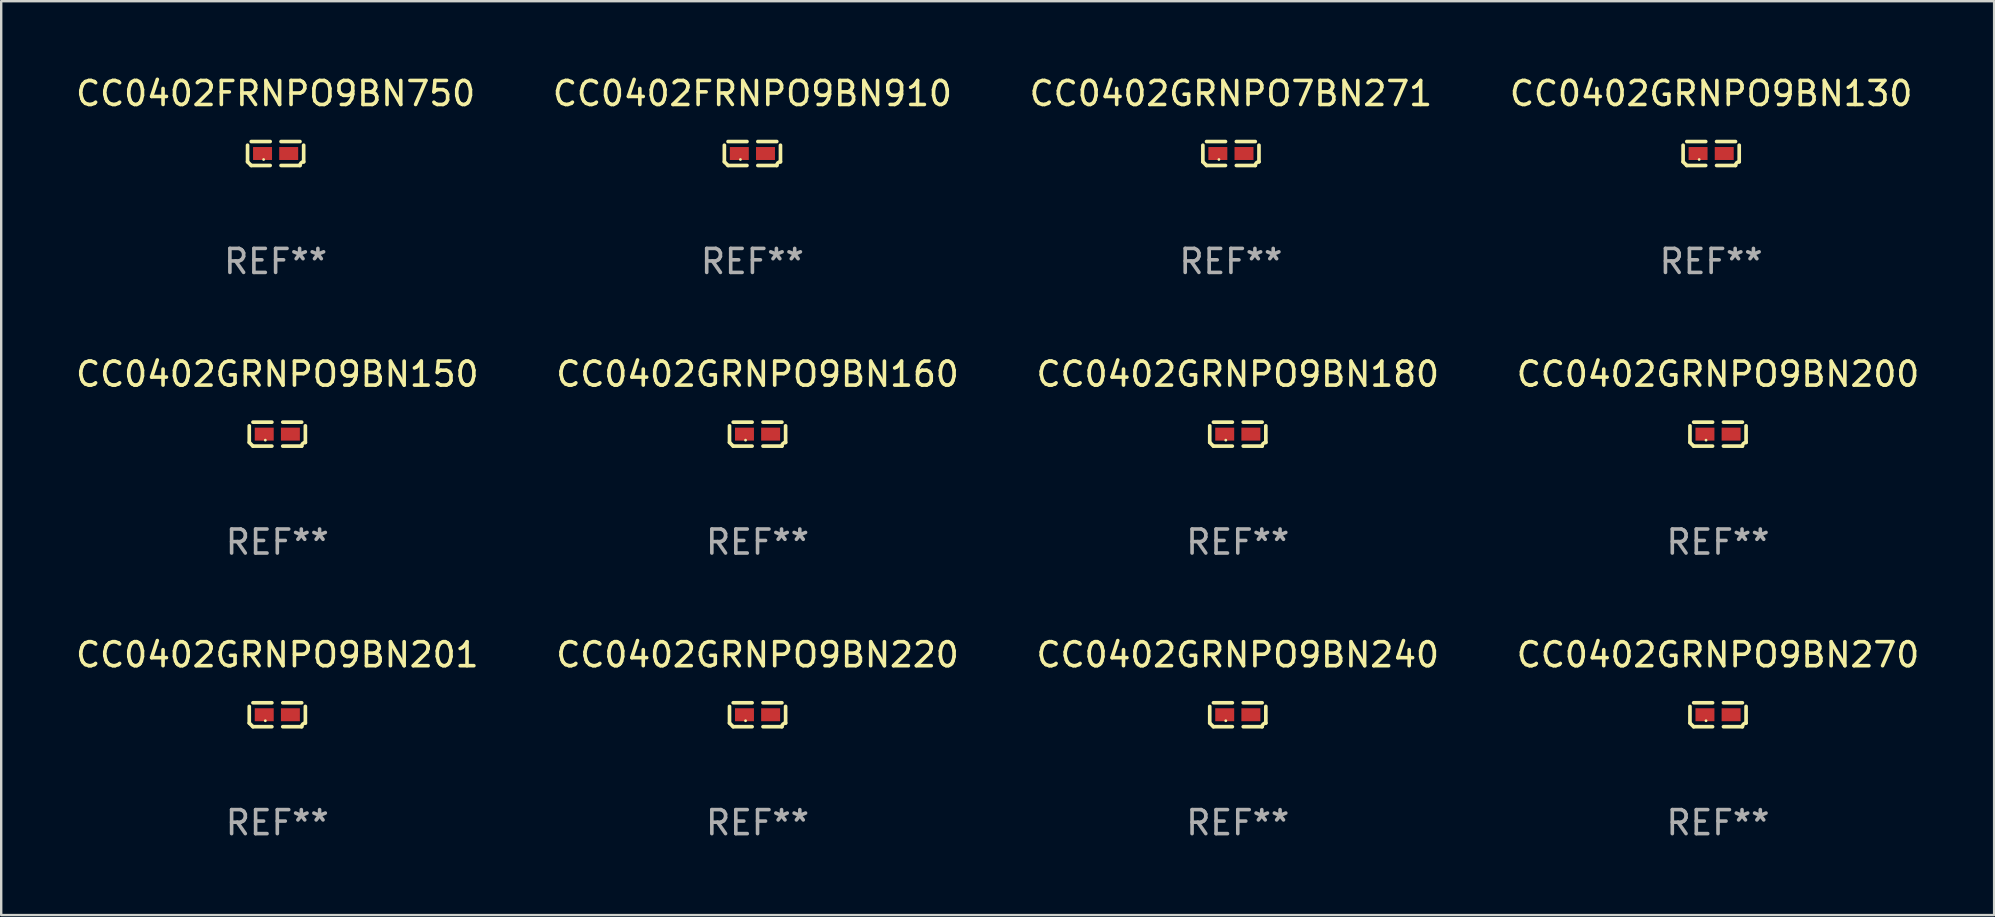
<source format=kicad_pcb>
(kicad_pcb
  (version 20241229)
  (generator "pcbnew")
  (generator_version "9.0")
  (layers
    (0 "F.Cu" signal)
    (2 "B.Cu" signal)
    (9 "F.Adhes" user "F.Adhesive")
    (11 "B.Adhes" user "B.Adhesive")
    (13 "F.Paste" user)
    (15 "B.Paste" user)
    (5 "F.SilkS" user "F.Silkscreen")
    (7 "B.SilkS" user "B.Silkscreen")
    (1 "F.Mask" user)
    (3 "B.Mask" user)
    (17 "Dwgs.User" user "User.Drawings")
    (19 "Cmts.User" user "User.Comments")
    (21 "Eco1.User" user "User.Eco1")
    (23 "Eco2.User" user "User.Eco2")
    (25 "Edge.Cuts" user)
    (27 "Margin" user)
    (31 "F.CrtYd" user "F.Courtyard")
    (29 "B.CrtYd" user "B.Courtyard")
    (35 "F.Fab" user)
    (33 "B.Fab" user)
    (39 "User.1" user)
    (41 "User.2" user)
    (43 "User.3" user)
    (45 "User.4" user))
  (footprint "CC0402FRNPO9BN910"
    (layer "F.Cu")
    (at 28.304 3.347)
    (property "Reference" "CC0402FRNPO9BN910" (at 0 -2.499 0) (layer "F.SilkS") (effects (font (size 1 1) (thickness 0.15))))
    (attr through_hole)
    (fp_line (start -1.169 0.346) (end -1.169 -0.346) (stroke (width 0.152) (type solid)) (layer "F.SilkS"))
    (fp_line (start -1.016 -0.499) (end -0.226 -0.499) (stroke (width 0.152) (type solid)) (layer "F.SilkS"))
    (fp_line (start -0.226 0.499) (end -1.016 0.499) (stroke (width 0.152) (type solid)) (layer "F.SilkS"))
    (fp_line (start 0.226 0.499) (end 1.016 0.499) (stroke (width 0.152) (type solid)) (layer "F.SilkS"))
    (fp_line (start 1.016 -0.499) (end 0.226 -0.499) (stroke (width 0.152) (type solid)) (layer "F.SilkS"))
    (fp_line (start 1.169 0.346) (end 1.169 -0.346) (stroke (width 0.152) (type solid)) (layer "F.SilkS"))
    (fp_arc (start -1.016307 0.498603) (mid -1.092512 0.422405) (end -1.16871 0.3462) (stroke (width 0.1524) (type solid)) (layer "F.SilkS"))
    (fp_arc (start 1.016307 0.498603) (mid 1.060899 0.390758) (end 1.168707 0.346076) (stroke (width 0.1524) (type solid)) (layer "F.SilkS"))
    (fp_circle (center -0.5 0.25) (end -0.47 0.25) (stroke (width 0.06) (type solid)) (fill no) (layer "F.SilkS"))
    (fp_text user "REF**" (at 0 4.499 0) (layer "F.Fab") (effects (font (size 1 1) (thickness 0.15))))
    (pad "1" smd rect (at -0.545 0) (size 0.79 0.54) (layers "F.Cu" "F.Mask" "F.Paste"))
    (pad "2" smd rect (at 0.545 0) (size 0.79 0.54) (layers "F.Cu" "F.Mask" "F.Paste")))
  (footprint "CC0402GRNPO7BN271"
    (layer "F.Cu")
    (at 48.244 3.347)
    (property "Reference" "CC0402GRNPO7BN271" (at 0 -2.499 0) (layer "F.SilkS") (effects (font (size 1 1) (thickness 0.15))))
    (attr through_hole)
    (fp_line (start -1.169 0.346) (end -1.169 -0.346) (stroke (width 0.152) (type solid)) (layer "F.SilkS"))
    (fp_line (start -1.016 -0.499) (end -0.226 -0.499) (stroke (width 0.152) (type solid)) (layer "F.SilkS"))
    (fp_line (start -0.226 0.499) (end -1.016 0.499) (stroke (width 0.152) (type solid)) (layer "F.SilkS"))
    (fp_line (start 0.226 0.499) (end 1.016 0.499) (stroke (width 0.152) (type solid)) (layer "F.SilkS"))
    (fp_line (start 1.016 -0.499) (end 0.226 -0.499) (stroke (width 0.152) (type solid)) (layer "F.SilkS"))
    (fp_line (start 1.169 0.346) (end 1.169 -0.346) (stroke (width 0.152) (type solid)) (layer "F.SilkS"))
    (fp_arc (start -1.016307 0.498603) (mid -1.092512 0.422405) (end -1.16871 0.3462) (stroke (width 0.1524) (type solid)) (layer "F.SilkS"))
    (fp_arc (start 1.016307 0.498603) (mid 1.060899 0.390758) (end 1.168707 0.346076) (stroke (width 0.1524) (type solid)) (layer "F.SilkS"))
    (fp_circle (center -0.5 0.25) (end -0.47 0.25) (stroke (width 0.06) (type solid)) (fill no) (layer "F.SilkS"))
    (fp_text user "REF**" (at 0 4.499 0) (layer "F.Fab") (effects (font (size 1 1) (thickness 0.15))))
    (pad "1" smd rect (at -0.545 0) (size 0.79 0.54) (layers "F.Cu" "F.Mask" "F.Paste"))
    (pad "2" smd rect (at 0.545 0) (size 0.79 0.54) (layers "F.Cu" "F.Mask" "F.Paste")))
  (footprint "CC0402GRNPO9BN130"
    (layer "F.Cu")
    (at 68.256 3.347)
    (property "Reference" "CC0402GRNPO9BN130" (at 0 -2.499 0) (layer "F.SilkS") (effects (font (size 1 1) (thickness 0.15))))
    (attr through_hole)
    (fp_line (start -1.169 0.346) (end -1.169 -0.346) (stroke (width 0.152) (type solid)) (layer "F.SilkS"))
    (fp_line (start -1.016 -0.499) (end -0.226 -0.499) (stroke (width 0.152) (type solid)) (layer "F.SilkS"))
    (fp_line (start -0.226 0.499) (end -1.016 0.499) (stroke (width 0.152) (type solid)) (layer "F.SilkS"))
    (fp_line (start 0.226 0.499) (end 1.016 0.499) (stroke (width 0.152) (type solid)) (layer "F.SilkS"))
    (fp_line (start 1.016 -0.499) (end 0.226 -0.499) (stroke (width 0.152) (type solid)) (layer "F.SilkS"))
    (fp_line (start 1.169 0.346) (end 1.169 -0.346) (stroke (width 0.152) (type solid)) (layer "F.SilkS"))
    (fp_arc (start -1.016307 0.498603) (mid -1.092512 0.422405) (end -1.16871 0.3462) (stroke (width 0.1524) (type solid)) (layer "F.SilkS"))
    (fp_arc (start 1.016307 0.498603) (mid 1.060899 0.390758) (end 1.168707 0.346076) (stroke (width 0.1524) (type solid)) (layer "F.SilkS"))
    (fp_circle (center -0.5 0.25) (end -0.47 0.25) (stroke (width 0.06) (type solid)) (fill no) (layer "F.SilkS"))
    (fp_text user "REF**" (at 0 4.499 0) (layer "F.Fab") (effects (font (size 1 1) (thickness 0.15))))
    (pad "1" smd rect (at -0.545 0) (size 0.79 0.54) (layers "F.Cu" "F.Mask" "F.Paste"))
    (pad "2" smd rect (at 0.545 0) (size 0.79 0.54) (layers "F.Cu" "F.Mask" "F.Paste")))
  (footprint "CC0402GRNPO9BN270"
    (layer "F.Cu")
    (at 68.542 26.734)
    (property "Reference" "CC0402GRNPO9BN270" (at 0 -2.499 0) (layer "F.SilkS") (effects (font (size 1 1) (thickness 0.15))))
    (attr through_hole)
    (fp_line (start -1.169 0.346) (end -1.169 -0.346) (stroke (width 0.152) (type solid)) (layer "F.SilkS"))
    (fp_line (start -1.016 -0.499) (end -0.226 -0.499) (stroke (width 0.152) (type solid)) (layer "F.SilkS"))
    (fp_line (start -0.226 0.499) (end -1.016 0.499) (stroke (width 0.152) (type solid)) (layer "F.SilkS"))
    (fp_line (start 0.226 0.499) (end 1.016 0.499) (stroke (width 0.152) (type solid)) (layer "F.SilkS"))
    (fp_line (start 1.016 -0.499) (end 0.226 -0.499) (stroke (width 0.152) (type solid)) (layer "F.SilkS"))
    (fp_line (start 1.169 0.346) (end 1.169 -0.346) (stroke (width 0.152) (type solid)) (layer "F.SilkS"))
    (fp_arc (start -1.016307 0.498603) (mid -1.092512 0.422405) (end -1.16871 0.3462) (stroke (width 0.1524) (type solid)) (layer "F.SilkS"))
    (fp_arc (start 1.016307 0.498603) (mid 1.060899 0.390758) (end 1.168707 0.346076) (stroke (width 0.1524) (type solid)) (layer "F.SilkS"))
    (fp_circle (center -0.5 0.25) (end -0.47 0.25) (stroke (width 0.06) (type solid)) (fill no) (layer "F.SilkS"))
    (fp_text user "REF**" (at 0 4.499 0) (layer "F.Fab") (effects (font (size 1 1) (thickness 0.15))))
    (pad "1" smd rect (at -0.545 0) (size 0.79 0.54) (layers "F.Cu" "F.Mask" "F.Paste"))
    (pad "2" smd rect (at 0.545 0) (size 0.79 0.54) (layers "F.Cu" "F.Mask" "F.Paste")))
  (footprint "CC0402GRNPO9BN240"
    (layer "F.Cu")
    (at 48.53 26.734)
    (property "Reference" "CC0402GRNPO9BN240" (at 0 -2.499 0) (layer "F.SilkS") (effects (font (size 1 1) (thickness 0.15))))
    (attr through_hole)
    (fp_line (start -1.169 0.346) (end -1.169 -0.346) (stroke (width 0.152) (type solid)) (layer "F.SilkS"))
    (fp_line (start -1.016 -0.499) (end -0.226 -0.499) (stroke (width 0.152) (type solid)) (layer "F.SilkS"))
    (fp_line (start -0.226 0.499) (end -1.016 0.499) (stroke (width 0.152) (type solid)) (layer "F.SilkS"))
    (fp_line (start 0.226 0.499) (end 1.016 0.499) (stroke (width 0.152) (type solid)) (layer "F.SilkS"))
    (fp_line (start 1.016 -0.499) (end 0.226 -0.499) (stroke (width 0.152) (type solid)) (layer "F.SilkS"))
    (fp_line (start 1.169 0.346) (end 1.169 -0.346) (stroke (width 0.152) (type solid)) (layer "F.SilkS"))
    (fp_arc (start -1.016307 0.498603) (mid -1.092512 0.422405) (end -1.16871 0.3462) (stroke (width 0.1524) (type solid)) (layer "F.SilkS"))
    (fp_arc (start 1.016307 0.498603) (mid 1.060899 0.390758) (end 1.168707 0.346076) (stroke (width 0.1524) (type solid)) (layer "F.SilkS"))
    (fp_circle (center -0.5 0.25) (end -0.47 0.25) (stroke (width 0.06) (type solid)) (fill no) (layer "F.SilkS"))
    (fp_text user "REF**" (at 0 4.499 0) (layer "F.Fab") (effects (font (size 1 1) (thickness 0.15))))
    (pad "1" smd rect (at -0.545 0) (size 0.79 0.54) (layers "F.Cu" "F.Mask" "F.Paste"))
    (pad "2" smd rect (at 0.545 0) (size 0.79 0.54) (layers "F.Cu" "F.Mask" "F.Paste")))
  (footprint "CC0402FRNPO9BN750"
    (layer "F.Cu")
    (at 8.435 3.347)
    (property "Reference" "CC0402FRNPO9BN750" (at 0 -2.499 0) (layer "F.SilkS") (effects (font (size 1 1) (thickness 0.15))))
    (attr through_hole)
    (fp_line (start -1.169 0.346) (end -1.169 -0.346) (stroke (width 0.152) (type solid)) (layer "F.SilkS"))
    (fp_line (start -1.016 -0.499) (end -0.226 -0.499) (stroke (width 0.152) (type solid)) (layer "F.SilkS"))
    (fp_line (start -0.226 0.499) (end -1.016 0.499) (stroke (width 0.152) (type solid)) (layer "F.SilkS"))
    (fp_line (start 0.226 0.499) (end 1.016 0.499) (stroke (width 0.152) (type solid)) (layer "F.SilkS"))
    (fp_line (start 1.016 -0.499) (end 0.226 -0.499) (stroke (width 0.152) (type solid)) (layer "F.SilkS"))
    (fp_line (start 1.169 0.346) (end 1.169 -0.346) (stroke (width 0.152) (type solid)) (layer "F.SilkS"))
    (fp_arc (start -1.016307 0.498603) (mid -1.092512 0.422405) (end -1.16871 0.3462) (stroke (width 0.1524) (type solid)) (layer "F.SilkS"))
    (fp_arc (start 1.016307 0.498603) (mid 1.060899 0.390758) (end 1.168707 0.346076) (stroke (width 0.1524) (type solid)) (layer "F.SilkS"))
    (fp_circle (center -0.5 0.25) (end -0.47 0.25) (stroke (width 0.06) (type solid)) (fill no) (layer "F.SilkS"))
    (fp_text user "REF**" (at 0 4.499 0) (layer "F.Fab") (effects (font (size 1 1) (thickness 0.15))))
    (pad "1" smd rect (at -0.545 0) (size 0.79 0.54) (layers "F.Cu" "F.Mask" "F.Paste"))
    (pad "2" smd rect (at 0.545 0) (size 0.79 0.54) (layers "F.Cu" "F.Mask" "F.Paste")))
  (footprint "CC0402GRNPO9BN200"
    (layer "F.Cu")
    (at 68.542 15.041)
    (property "Reference" "CC0402GRNPO9BN200" (at 0 -2.499 0) (layer "F.SilkS") (effects (font (size 1 1) (thickness 0.15))))
    (attr through_hole)
    (fp_line (start -1.169 0.346) (end -1.169 -0.346) (stroke (width 0.152) (type solid)) (layer "F.SilkS"))
    (fp_line (start -1.016 -0.499) (end -0.226 -0.499) (stroke (width 0.152) (type solid)) (layer "F.SilkS"))
    (fp_line (start -0.226 0.499) (end -1.016 0.499) (stroke (width 0.152) (type solid)) (layer "F.SilkS"))
    (fp_line (start 0.226 0.499) (end 1.016 0.499) (stroke (width 0.152) (type solid)) (layer "F.SilkS"))
    (fp_line (start 1.016 -0.499) (end 0.226 -0.499) (stroke (width 0.152) (type solid)) (layer "F.SilkS"))
    (fp_line (start 1.169 0.346) (end 1.169 -0.346) (stroke (width 0.152) (type solid)) (layer "F.SilkS"))
    (fp_arc (start -1.016307 0.498603) (mid -1.092512 0.422405) (end -1.16871 0.3462) (stroke (width 0.1524) (type solid)) (layer "F.SilkS"))
    (fp_arc (start 1.016307 0.498603) (mid 1.060899 0.390758) (end 1.168707 0.346076) (stroke (width 0.1524) (type solid)) (layer "F.SilkS"))
    (fp_circle (center -0.5 0.25) (end -0.47 0.25) (stroke (width 0.06) (type solid)) (fill no) (layer "F.SilkS"))
    (fp_text user "REF**" (at 0 4.499 0) (layer "F.Fab") (effects (font (size 1 1) (thickness 0.15))))
    (pad "1" smd rect (at -0.545 0) (size 0.79 0.54) (layers "F.Cu" "F.Mask" "F.Paste"))
    (pad "2" smd rect (at 0.545 0) (size 0.79 0.54) (layers "F.Cu" "F.Mask" "F.Paste")))
  (footprint "CC0402GRNPO9BN150"
    (layer "F.Cu")
    (at 8.506 15.041)
    (property "Reference" "CC0402GRNPO9BN150" (at 0 -2.499 0) (layer "F.SilkS") (effects (font (size 1 1) (thickness 0.15))))
    (attr through_hole)
    (fp_line (start -1.169 0.346) (end -1.169 -0.346) (stroke (width 0.152) (type solid)) (layer "F.SilkS"))
    (fp_line (start -1.016 -0.499) (end -0.226 -0.499) (stroke (width 0.152) (type solid)) (layer "F.SilkS"))
    (fp_line (start -0.226 0.499) (end -1.016 0.499) (stroke (width 0.152) (type solid)) (layer "F.SilkS"))
    (fp_line (start 0.226 0.499) (end 1.016 0.499) (stroke (width 0.152) (type solid)) (layer "F.SilkS"))
    (fp_line (start 1.016 -0.499) (end 0.226 -0.499) (stroke (width 0.152) (type solid)) (layer "F.SilkS"))
    (fp_line (start 1.169 0.346) (end 1.169 -0.346) (stroke (width 0.152) (type solid)) (layer "F.SilkS"))
    (fp_arc (start -1.016307 0.498603) (mid -1.092512 0.422405) (end -1.16871 0.3462) (stroke (width 0.1524) (type solid)) (layer "F.SilkS"))
    (fp_arc (start 1.016307 0.498603) (mid 1.060899 0.390758) (end 1.168707 0.346076) (stroke (width 0.1524) (type solid)) (layer "F.SilkS"))
    (fp_circle (center -0.5 0.25) (end -0.47 0.25) (stroke (width 0.06) (type solid)) (fill no) (layer "F.SilkS"))
    (fp_text user "REF**" (at 0 4.499 0) (layer "F.Fab") (effects (font (size 1 1) (thickness 0.15))))
    (pad "1" smd rect (at -0.545 0) (size 0.79 0.54) (layers "F.Cu" "F.Mask" "F.Paste"))
    (pad "2" smd rect (at 0.545 0) (size 0.79 0.54) (layers "F.Cu" "F.Mask" "F.Paste")))
  (footprint "CC0402GRNPO9BN220"
    (layer "F.Cu")
    (at 28.518 26.734)
    (property "Reference" "CC0402GRNPO9BN220" (at 0 -2.499 0) (layer "F.SilkS") (effects (font (size 1 1) (thickness 0.15))))
    (attr through_hole)
    (fp_line (start -1.169 0.346) (end -1.169 -0.346) (stroke (width 0.152) (type solid)) (layer "F.SilkS"))
    (fp_line (start -1.016 -0.499) (end -0.226 -0.499) (stroke (width 0.152) (type solid)) (layer "F.SilkS"))
    (fp_line (start -0.226 0.499) (end -1.016 0.499) (stroke (width 0.152) (type solid)) (layer "F.SilkS"))
    (fp_line (start 0.226 0.499) (end 1.016 0.499) (stroke (width 0.152) (type solid)) (layer "F.SilkS"))
    (fp_line (start 1.016 -0.499) (end 0.226 -0.499) (stroke (width 0.152) (type solid)) (layer "F.SilkS"))
    (fp_line (start 1.169 0.346) (end 1.169 -0.346) (stroke (width 0.152) (type solid)) (layer "F.SilkS"))
    (fp_arc (start -1.016307 0.498603) (mid -1.092512 0.422405) (end -1.16871 0.3462) (stroke (width 0.1524) (type solid)) (layer "F.SilkS"))
    (fp_arc (start 1.016307 0.498603) (mid 1.060899 0.390758) (end 1.168707 0.346076) (stroke (width 0.1524) (type solid)) (layer "F.SilkS"))
    (fp_circle (center -0.5 0.25) (end -0.47 0.25) (stroke (width 0.06) (type solid)) (fill no) (layer "F.SilkS"))
    (fp_text user "REF**" (at 0 4.499 0) (layer "F.Fab") (effects (font (size 1 1) (thickness 0.15))))
    (pad "1" smd rect (at -0.545 0) (size 0.79 0.54) (layers "F.Cu" "F.Mask" "F.Paste"))
    (pad "2" smd rect (at 0.545 0) (size 0.79 0.54) (layers "F.Cu" "F.Mask" "F.Paste")))
  (footprint "CC0402GRNPO9BN201"
    (layer "F.Cu")
    (at 8.506 26.734)
    (property "Reference" "CC0402GRNPO9BN201" (at 0 -2.499 0) (layer "F.SilkS") (effects (font (size 1 1) (thickness 0.15))))
    (attr through_hole)
    (fp_line (start -1.169 0.346) (end -1.169 -0.346) (stroke (width 0.152) (type solid)) (layer "F.SilkS"))
    (fp_line (start -1.016 -0.499) (end -0.226 -0.499) (stroke (width 0.152) (type solid)) (layer "F.SilkS"))
    (fp_line (start -0.226 0.499) (end -1.016 0.499) (stroke (width 0.152) (type solid)) (layer "F.SilkS"))
    (fp_line (start 0.226 0.499) (end 1.016 0.499) (stroke (width 0.152) (type solid)) (layer "F.SilkS"))
    (fp_line (start 1.016 -0.499) (end 0.226 -0.499) (stroke (width 0.152) (type solid)) (layer "F.SilkS"))
    (fp_line (start 1.169 0.346) (end 1.169 -0.346) (stroke (width 0.152) (type solid)) (layer "F.SilkS"))
    (fp_arc (start -1.016307 0.498603) (mid -1.092512 0.422405) (end -1.16871 0.3462) (stroke (width 0.1524) (type solid)) (layer "F.SilkS"))
    (fp_arc (start 1.016307 0.498603) (mid 1.060899 0.390758) (end 1.168707 0.346076) (stroke (width 0.1524) (type solid)) (layer "F.SilkS"))
    (fp_circle (center -0.5 0.25) (end -0.47 0.25) (stroke (width 0.06) (type solid)) (fill no) (layer "F.SilkS"))
    (fp_text user "REF**" (at 0 4.499 0) (layer "F.Fab") (effects (font (size 1 1) (thickness 0.15))))
    (pad "1" smd rect (at -0.545 0) (size 0.79 0.54) (layers "F.Cu" "F.Mask" "F.Paste"))
    (pad "2" smd rect (at 0.545 0) (size 0.79 0.54) (layers "F.Cu" "F.Mask" "F.Paste")))
  (footprint "CC0402GRNPO9BN180"
    (layer "F.Cu")
    (at 48.53 15.041)
    (property "Reference" "CC0402GRNPO9BN180" (at 0 -2.499 0) (layer "F.SilkS") (effects (font (size 1 1) (thickness 0.15))))
    (attr through_hole)
    (fp_line (start -1.169 0.346) (end -1.169 -0.346) (stroke (width 0.152) (type solid)) (layer "F.SilkS"))
    (fp_line (start -1.016 -0.499) (end -0.226 -0.499) (stroke (width 0.152) (type solid)) (layer "F.SilkS"))
    (fp_line (start -0.226 0.499) (end -1.016 0.499) (stroke (width 0.152) (type solid)) (layer "F.SilkS"))
    (fp_line (start 0.226 0.499) (end 1.016 0.499) (stroke (width 0.152) (type solid)) (layer "F.SilkS"))
    (fp_line (start 1.016 -0.499) (end 0.226 -0.499) (stroke (width 0.152) (type solid)) (layer "F.SilkS"))
    (fp_line (start 1.169 0.346) (end 1.169 -0.346) (stroke (width 0.152) (type solid)) (layer "F.SilkS"))
    (fp_arc (start -1.016307 0.498603) (mid -1.092512 0.422405) (end -1.16871 0.3462) (stroke (width 0.1524) (type solid)) (layer "F.SilkS"))
    (fp_arc (start 1.016307 0.498603) (mid 1.060899 0.390758) (end 1.168707 0.346076) (stroke (width 0.1524) (type solid)) (layer "F.SilkS"))
    (fp_circle (center -0.5 0.25) (end -0.47 0.25) (stroke (width 0.06) (type solid)) (fill no) (layer "F.SilkS"))
    (fp_text user "REF**" (at 0 4.499 0) (layer "F.Fab") (effects (font (size 1 1) (thickness 0.15))))
    (pad "1" smd rect (at -0.545 0) (size 0.79 0.54) (layers "F.Cu" "F.Mask" "F.Paste"))
    (pad "2" smd rect (at 0.545 0) (size 0.79 0.54) (layers "F.Cu" "F.Mask" "F.Paste")))
  (footprint "CC0402GRNPO9BN160"
    (layer "F.Cu")
    (at 28.518 15.041)
    (property "Reference" "CC0402GRNPO9BN160" (at 0 -2.499 0) (layer "F.SilkS") (effects (font (size 1 1) (thickness 0.15))))
    (attr through_hole)
    (fp_line (start -1.169 0.346) (end -1.169 -0.346) (stroke (width 0.152) (type solid)) (layer "F.SilkS"))
    (fp_line (start -1.016 -0.499) (end -0.226 -0.499) (stroke (width 0.152) (type solid)) (layer "F.SilkS"))
    (fp_line (start -0.226 0.499) (end -1.016 0.499) (stroke (width 0.152) (type solid)) (layer "F.SilkS"))
    (fp_line (start 0.226 0.499) (end 1.016 0.499) (stroke (width 0.152) (type solid)) (layer "F.SilkS"))
    (fp_line (start 1.016 -0.499) (end 0.226 -0.499) (stroke (width 0.152) (type solid)) (layer "F.SilkS"))
    (fp_line (start 1.169 0.346) (end 1.169 -0.346) (stroke (width 0.152) (type solid)) (layer "F.SilkS"))
    (fp_arc (start -1.016307 0.498603) (mid -1.092512 0.422405) (end -1.16871 0.3462) (stroke (width 0.1524) (type solid)) (layer "F.SilkS"))
    (fp_arc (start 1.016307 0.498603) (mid 1.060899 0.390758) (end 1.168707 0.346076) (stroke (width 0.1524) (type solid)) (layer "F.SilkS"))
    (fp_circle (center -0.5 0.25) (end -0.47 0.25) (stroke (width 0.06) (type solid)) (fill no) (layer "F.SilkS"))
    (fp_text user "REF**" (at 0 4.499 0) (layer "F.Fab") (effects (font (size 1 1) (thickness 0.15))))
    (pad "1" smd rect (at -0.545 0) (size 0.79 0.54) (layers "F.Cu" "F.Mask" "F.Paste"))
    (pad "2" smd rect (at 0.545 0) (size 0.79 0.54) (layers "F.Cu" "F.Mask" "F.Paste")))
  (gr_rect
    (start -3 -3)
    (end 80.048 35.081)
    (stroke (width 0.1) (type default))
    (fill no)
    (layer "Edge.Cuts")))
</source>
